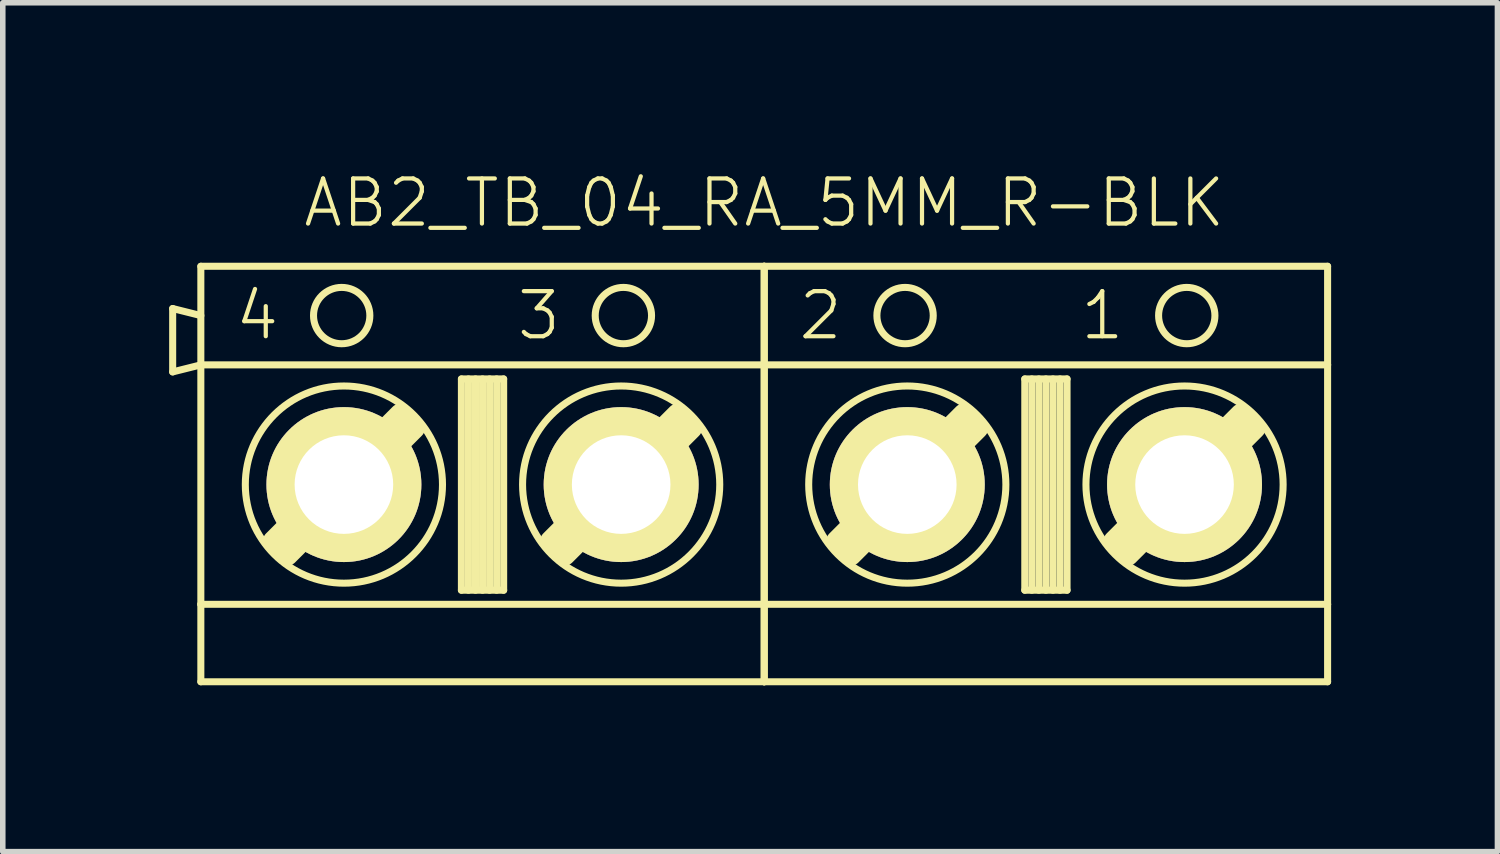
<source format=kicad_pcb>
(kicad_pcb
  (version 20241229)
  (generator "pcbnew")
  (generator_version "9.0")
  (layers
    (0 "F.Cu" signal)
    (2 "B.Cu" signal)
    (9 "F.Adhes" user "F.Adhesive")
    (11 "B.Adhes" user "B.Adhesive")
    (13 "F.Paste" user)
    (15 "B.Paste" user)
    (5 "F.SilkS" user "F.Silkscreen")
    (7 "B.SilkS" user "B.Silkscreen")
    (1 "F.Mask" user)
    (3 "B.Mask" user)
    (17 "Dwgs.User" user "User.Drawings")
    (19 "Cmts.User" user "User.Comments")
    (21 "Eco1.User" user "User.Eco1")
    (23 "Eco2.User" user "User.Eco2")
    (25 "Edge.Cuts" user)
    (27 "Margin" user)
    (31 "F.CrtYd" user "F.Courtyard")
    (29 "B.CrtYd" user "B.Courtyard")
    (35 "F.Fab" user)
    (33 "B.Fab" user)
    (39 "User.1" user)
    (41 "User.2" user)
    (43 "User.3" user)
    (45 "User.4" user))
  (footprint "AB2_TB_04_RA_5MM_R-BLK"
    (layer "F.Cu")
    (at 10.732 5.689)
    (property "Reference" "AB2_TB_04_RA_5MM_R-BLK" (at 0 -5.08 0) (layer "F.SilkS") (effects (font (size 0.813 0.813) (thickness 0.076))))
    (attr through_hole)
    (fp_line (start -10.668 -3.175) (end -10.16 -3.048) (stroke (width 0.127) (type solid)) (layer "F.SilkS"))
    (fp_line (start -10.668 -2.032) (end -10.668 -3.175) (stroke (width 0.127) (type solid)) (layer "F.SilkS"))
    (fp_line (start -10.16 -3.937) (end 0 -3.937) (stroke (width 0.127) (type solid)) (layer "F.SilkS"))
    (fp_line (start -10.16 -2.159) (end -10.668 -2.032) (stroke (width 0.127) (type solid)) (layer "F.SilkS"))
    (fp_line (start -10.16 -2.159) (end -10.16 -3.937) (stroke (width 0.127) (type solid)) (layer "F.SilkS"))
    (fp_line (start -10.16 -2.159) (end 0 -2.159) (stroke (width 0.127) (type solid)) (layer "F.SilkS"))
    (fp_line (start -10.16 2.159) (end -10.16 -2.159) (stroke (width 0.127) (type solid)) (layer "F.SilkS"))
    (fp_line (start -10.16 2.159) (end -10.16 3.556) (stroke (width 0.127) (type solid)) (layer "F.SilkS"))
    (fp_line (start -10.16 3.556) (end 0 3.556) (stroke (width 0.127) (type solid)) (layer "F.SilkS"))
    (fp_line (start -8.85 1.016) (end -6.564 -1.27) (stroke (width 0.381) (type solid)) (layer "F.SilkS"))
    (fp_line (start -8.723 1.143) (end -6.437 -1.143) (stroke (width 0.381) (type solid)) (layer "F.SilkS"))
    (fp_line (start -6.31 -1.016) (end -8.596 1.27) (stroke (width 0.381) (type solid)) (layer "F.SilkS"))
    (fp_line (start -5.461 -1.905) (end -4.699 -1.905) (stroke (width 0.127) (type solid)) (layer "F.SilkS"))
    (fp_line (start -5.461 1.905) (end -5.461 -1.905) (stroke (width 0.127) (type solid)) (layer "F.SilkS"))
    (fp_line (start -5.334 -1.905) (end -5.334 1.905) (stroke (width 0.127) (type solid)) (layer "F.SilkS"))
    (fp_line (start -5.207 -1.905) (end -5.207 1.905) (stroke (width 0.127) (type solid)) (layer "F.SilkS"))
    (fp_line (start -5.08 -1.905) (end -5.08 1.905) (stroke (width 0.127) (type solid)) (layer "F.SilkS"))
    (fp_line (start -4.953 -1.905) (end -4.953 1.905) (stroke (width 0.127) (type solid)) (layer "F.SilkS"))
    (fp_line (start -4.826 -1.905) (end -4.826 1.905) (stroke (width 0.127) (type solid)) (layer "F.SilkS"))
    (fp_line (start -4.699 -1.905) (end -4.699 1.905) (stroke (width 0.127) (type solid)) (layer "F.SilkS"))
    (fp_line (start -4.699 1.905) (end -5.461 1.905) (stroke (width 0.127) (type solid)) (layer "F.SilkS"))
    (fp_line (start -3.85 1.016) (end -1.564 -1.27) (stroke (width 0.381) (type solid)) (layer "F.SilkS"))
    (fp_line (start -3.723 1.143) (end -1.437 -1.143) (stroke (width 0.381) (type solid)) (layer "F.SilkS"))
    (fp_line (start -1.31 -1.016) (end -3.596 1.27) (stroke (width 0.381) (type solid)) (layer "F.SilkS"))
    (fp_line (start 0 -3.937) (end 0 -2.159) (stroke (width 0.127) (type solid)) (layer "F.SilkS"))
    (fp_line (start 0 -3.937) (end 10.16 -3.937) (stroke (width 0.127) (type solid)) (layer "F.SilkS"))
    (fp_line (start 0 -2.159) (end 0 -3.937) (stroke (width 0.127) (type solid)) (layer "F.SilkS"))
    (fp_line (start 0 -2.159) (end 0 2.159) (stroke (width 0.127) (type solid)) (layer "F.SilkS"))
    (fp_line (start 0 -2.159) (end 10.16 -2.159) (stroke (width 0.127) (type solid)) (layer "F.SilkS"))
    (fp_line (start 0 2.159) (end -10.16 2.159) (stroke (width 0.127) (type solid)) (layer "F.SilkS"))
    (fp_line (start 0 2.159) (end 0 -2.159) (stroke (width 0.127) (type solid)) (layer "F.SilkS"))
    (fp_line (start 0 2.159) (end 0 3.556) (stroke (width 0.127) (type solid)) (layer "F.SilkS"))
    (fp_line (start 0 3.556) (end 0 2.159) (stroke (width 0.127) (type solid)) (layer "F.SilkS"))
    (fp_line (start 0 3.556) (end 10.16 3.556) (stroke (width 0.127) (type solid)) (layer "F.SilkS"))
    (fp_line (start 1.31 1.016) (end 3.596 -1.27) (stroke (width 0.381) (type solid)) (layer "F.SilkS"))
    (fp_line (start 1.437 1.143) (end 3.723 -1.143) (stroke (width 0.381) (type solid)) (layer "F.SilkS"))
    (fp_line (start 3.85 -1.016) (end 1.564 1.27) (stroke (width 0.381) (type solid)) (layer "F.SilkS"))
    (fp_line (start 4.699 -1.905) (end 5.461 -1.905) (stroke (width 0.127) (type solid)) (layer "F.SilkS"))
    (fp_line (start 4.699 1.905) (end 4.699 -1.905) (stroke (width 0.127) (type solid)) (layer "F.SilkS"))
    (fp_line (start 4.826 -1.905) (end 4.826 1.905) (stroke (width 0.127) (type solid)) (layer "F.SilkS"))
    (fp_line (start 4.953 -1.905) (end 4.953 1.905) (stroke (width 0.127) (type solid)) (layer "F.SilkS"))
    (fp_line (start 5.08 -1.905) (end 5.08 1.905) (stroke (width 0.127) (type solid)) (layer "F.SilkS"))
    (fp_line (start 5.207 -1.905) (end 5.207 1.905) (stroke (width 0.127) (type solid)) (layer "F.SilkS"))
    (fp_line (start 5.334 -1.905) (end 5.334 1.905) (stroke (width 0.127) (type solid)) (layer "F.SilkS"))
    (fp_line (start 5.461 -1.905) (end 5.461 1.905) (stroke (width 0.127) (type solid)) (layer "F.SilkS"))
    (fp_line (start 5.461 1.905) (end 4.699 1.905) (stroke (width 0.127) (type solid)) (layer "F.SilkS"))
    (fp_line (start 6.31 1.016) (end 8.596 -1.27) (stroke (width 0.381) (type solid)) (layer "F.SilkS"))
    (fp_line (start 6.437 1.143) (end 8.723 -1.143) (stroke (width 0.381) (type solid)) (layer "F.SilkS"))
    (fp_line (start 8.85 -1.016) (end 6.564 1.27) (stroke (width 0.381) (type solid)) (layer "F.SilkS"))
    (fp_line (start 10.16 -3.937) (end 10.16 -2.159) (stroke (width 0.127) (type solid)) (layer "F.SilkS"))
    (fp_line (start 10.16 -2.159) (end 10.16 2.159) (stroke (width 0.127) (type solid)) (layer "F.SilkS"))
    (fp_line (start 10.16 2.159) (end 0 2.159) (stroke (width 0.127) (type solid)) (layer "F.SilkS"))
    (fp_line (start 10.16 3.556) (end 10.16 2.159) (stroke (width 0.127) (type solid)) (layer "F.SilkS"))
    (fp_circle (center -7.62 -3.048) (end -7.62 -3.556) (stroke (width 0.127) (type solid)) (fill no) (layer "F.SilkS"))
    (fp_circle (center -7.58 0) (end -7.58 -1.778) (stroke (width 0.127) (type solid)) (fill no) (layer "F.SilkS"))
    (fp_circle (center -2.58 0) (end -2.58 -1.778) (stroke (width 0.127) (type solid)) (fill no) (layer "F.SilkS"))
    (fp_circle (center -2.54 -3.048) (end -2.54 -3.556) (stroke (width 0.127) (type solid)) (fill no) (layer "F.SilkS"))
    (fp_circle (center 2.54 -3.048) (end 2.54 -3.556) (stroke (width 0.127) (type solid)) (fill no) (layer "F.SilkS"))
    (fp_circle (center 2.58 0) (end 2.58 -1.778) (stroke (width 0.127) (type solid)) (fill no) (layer "F.SilkS"))
    (fp_circle (center 7.58 0) (end 7.58 -1.778) (stroke (width 0.127) (type solid)) (fill no) (layer "F.SilkS"))
    (fp_circle (center 7.62 -3.048) (end 7.62 -3.556) (stroke (width 0.127) (type solid)) (fill no) (layer "F.SilkS"))
    (fp_text user "1" (at 6.096 -3.048 0) (layer "F.SilkS") (effects (font (size 0.813 0.813) (thickness 0.076))))
    (fp_text user "3" (at -4.064 -3.048 0) (layer "F.SilkS") (effects (font (size 0.813 0.813) (thickness 0.076))))
    (fp_text user "2" (at 1.016 -3.048 0) (layer "F.SilkS") (effects (font (size 0.813 0.813) (thickness 0.076))))
    (fp_text user "4" (at -9.144 -3.048 0) (layer "F.SilkS") (effects (font (size 0.813 0.813) (thickness 0.076))))
    (pad "1" thru_hole circle (at 7.58 0) (size 2.794 2.794) (drill 1.778) (layers "*.Cu" "*.Mask" "F.SilkS"))
    (pad "2" thru_hole circle (at 2.58 0) (size 2.794 2.794) (drill 1.778) (layers "*.Cu" "*.Mask" "F.SilkS"))
    (pad "3" thru_hole circle (at -2.58 0) (size 2.794 2.794) (drill 1.778) (layers "*.Cu" "*.Mask" "F.SilkS"))
    (pad "4" thru_hole circle (at -7.58 0) (size 2.794 2.794) (drill 1.778) (layers "*.Cu" "*.Mask" "F.SilkS")))
  (gr_rect
    (start -3 -3)
    (end 23.955 12.309)
    (stroke (width 0.1) (type default))
    (fill no)
    (layer "Edge.Cuts")))
</source>
